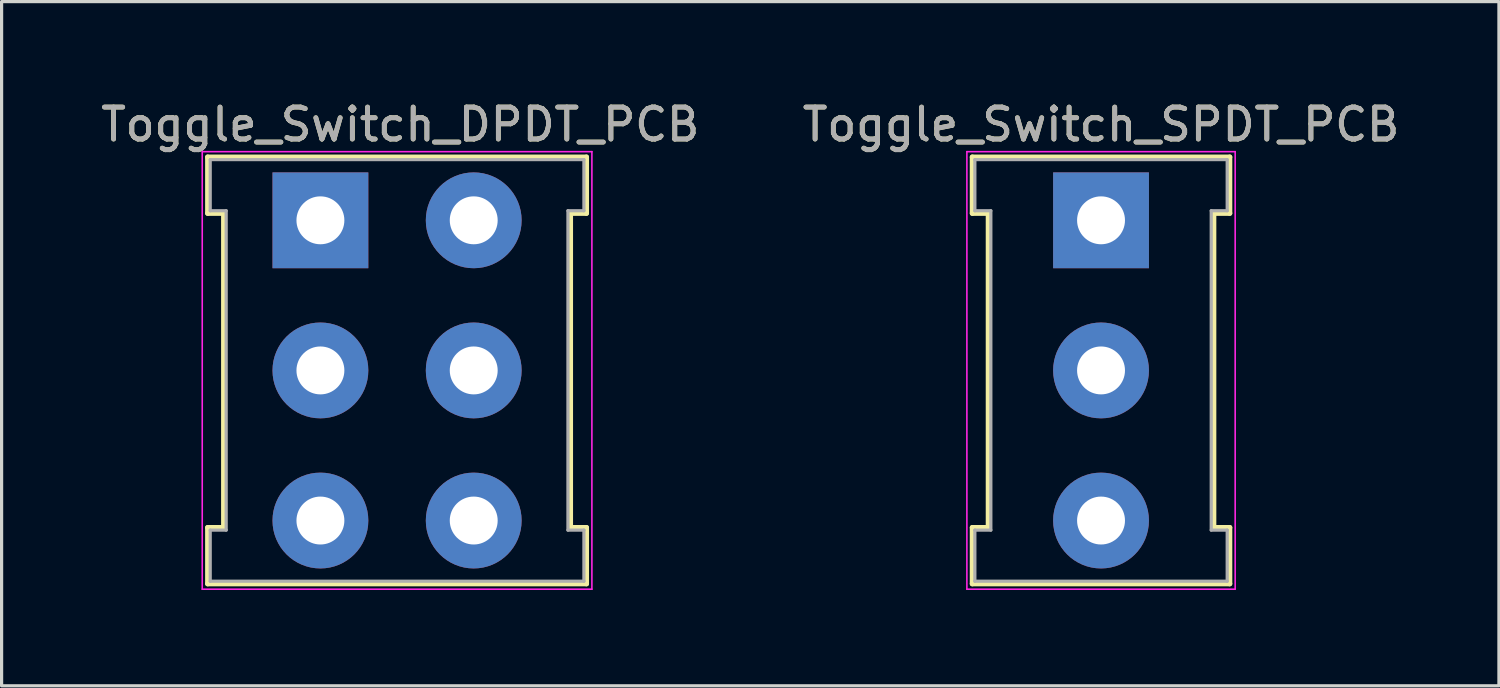
<source format=kicad_pcb>
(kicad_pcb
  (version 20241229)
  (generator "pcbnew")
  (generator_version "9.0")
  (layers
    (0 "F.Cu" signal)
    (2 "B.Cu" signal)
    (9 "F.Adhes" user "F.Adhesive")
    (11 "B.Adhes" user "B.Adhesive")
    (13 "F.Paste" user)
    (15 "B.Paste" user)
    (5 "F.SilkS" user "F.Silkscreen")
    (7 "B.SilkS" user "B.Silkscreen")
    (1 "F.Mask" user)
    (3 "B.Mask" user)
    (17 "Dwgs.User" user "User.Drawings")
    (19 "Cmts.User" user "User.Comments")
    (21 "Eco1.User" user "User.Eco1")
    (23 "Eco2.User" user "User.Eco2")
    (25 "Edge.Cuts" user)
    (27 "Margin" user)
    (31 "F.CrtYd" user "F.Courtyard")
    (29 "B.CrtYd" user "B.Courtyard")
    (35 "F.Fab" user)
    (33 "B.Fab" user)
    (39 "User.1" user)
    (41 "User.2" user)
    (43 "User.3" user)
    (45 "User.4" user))
  (footprint "Toggle_Switch_DPDT_PCB"
    (layer "F.Cu")
    (at 6.982 3.848)
    (property "Reference" "Toggle_Switch_DPDT_PCB" (at 2.5 -3 0) (layer "F.SilkS") (effects (font (size 1 1) (thickness 0.15))))
    (attr through_hole)
    (fp_line (start -3.53 -1.98) (end 8.33 -1.98) (stroke (width 0.16) (type solid)) (layer "F.SilkS"))
    (fp_line (start -3.53 -0.22) (end -3.53 -1.98) (stroke (width 0.16) (type solid)) (layer "F.SilkS"))
    (fp_line (start -3.53 9.62) (end -3.03 9.62) (stroke (width 0.16) (type solid)) (layer "F.SilkS"))
    (fp_line (start -3.53 11.38) (end -3.53 9.62) (stroke (width 0.16) (type solid)) (layer "F.SilkS"))
    (fp_line (start -3.03 -0.22) (end -3.53 -0.22) (stroke (width 0.16) (type solid)) (layer "F.SilkS"))
    (fp_line (start -3.03 9.62) (end -3.03 -0.22) (stroke (width 0.16) (type solid)) (layer "F.SilkS"))
    (fp_line (start 7.83 -0.22) (end 7.83 9.62) (stroke (width 0.16) (type solid)) (layer "F.SilkS"))
    (fp_line (start 7.83 9.62) (end 8.33 9.62) (stroke (width 0.16) (type solid)) (layer "F.SilkS"))
    (fp_line (start 8.33 -1.98) (end 8.33 -0.22) (stroke (width 0.16) (type solid)) (layer "F.SilkS"))
    (fp_line (start 8.33 -0.22) (end 7.83 -0.22) (stroke (width 0.16) (type solid)) (layer "F.SilkS"))
    (fp_line (start 8.33 9.62) (end 8.33 11.38) (stroke (width 0.16) (type solid)) (layer "F.SilkS"))
    (fp_line (start 8.33 11.38) (end -3.53 11.38) (stroke (width 0.16) (type solid)) (layer "F.SilkS"))
    (fp_line (start -3.7 -2.15) (end 8.5 -2.15) (stroke (width 0.05) (type solid)) (layer "F.CrtYd"))
    (fp_line (start -3.7 11.55) (end -3.7 -2.15) (stroke (width 0.05) (type solid)) (layer "F.CrtYd"))
    (fp_line (start 8.5 -2.15) (end 8.5 11.55) (stroke (width 0.05) (type solid)) (layer "F.CrtYd"))
    (fp_line (start 8.5 11.55) (end -3.7 11.55) (stroke (width 0.05) (type solid)) (layer "F.CrtYd"))
    (fp_line (start -3.45 -1.9) (end -3.45 -0.3) (stroke (width 0.1) (type solid)) (layer "F.Fab"))
    (fp_line (start -3.45 -1.9) (end 8.25 -1.9) (stroke (width 0.1) (type solid)) (layer "F.Fab"))
    (fp_line (start -3.45 -0.3) (end -2.95 -0.3) (stroke (width 0.1) (type solid)) (layer "F.Fab"))
    (fp_line (start -3.45 9.7) (end -3.45 11.3) (stroke (width 0.1) (type solid)) (layer "F.Fab"))
    (fp_line (start -2.95 9.7) (end -3.45 9.7) (stroke (width 0.1) (type solid)) (layer "F.Fab"))
    (fp_line (start -2.95 9.7) (end -2.95 -0.3) (stroke (width 0.1) (type solid)) (layer "F.Fab"))
    (fp_line (start 7.75 -0.3) (end 7.75 9.7) (stroke (width 0.1) (type solid)) (layer "F.Fab"))
    (fp_line (start 7.75 -0.3) (end 8.25 -0.3) (stroke (width 0.1) (type solid)) (layer "F.Fab"))
    (fp_line (start 8.25 -0.3) (end 8.25 -1.9) (stroke (width 0.1) (type solid)) (layer "F.Fab"))
    (fp_line (start 8.25 9.7) (end 7.75 9.7) (stroke (width 0.1) (type solid)) (layer "F.Fab"))
    (fp_line (start 8.25 11.3) (end -3.45 11.3) (stroke (width 0.1) (type solid)) (layer "F.Fab"))
    (fp_line (start 8.25 11.3) (end 8.25 9.7) (stroke (width 0.1) (type solid)) (layer "F.Fab"))
    (fp_text user "${REFERENCE}" (at 2.5 -3 0) (layer "F.Fab") (effects (font (size 1 1) (thickness 0.15))))
    (pad "1" thru_hole rect (at 0 0) (size 3 3) (drill 1.5) (layers "*.Cu" "*.Mask"))
    (pad "2" thru_hole circle (at 4.8 0) (size 3 3) (drill 1.5) (layers "*.Cu" "*.Mask"))
    (pad "3" thru_hole circle (at 0 4.7) (size 3 3) (drill 1.5) (layers "*.Cu" "*.Mask"))
    (pad "4" thru_hole circle (at 4.8 4.7) (size 3 3) (drill 1.5) (layers "*.Cu" "*.Mask"))
    (pad "5" thru_hole circle (at 0 9.4) (size 3 3) (drill 1.5) (layers "*.Cu" "*.Mask"))
    (pad "6" thru_hole circle (at 4.8 9.4) (size 3 3) (drill 1.5) (layers "*.Cu" "*.Mask")))
  (footprint "Toggle_Switch_SPDT_PCB"
    (layer "F.Cu")
    (at 31.423 3.848)
    (property "Reference" "Toggle_Switch_SPDT_PCB" (at 0 -3 0) (layer "F.SilkS") (effects (font (size 1 1) (thickness 0.15))))
    (attr through_hole)
    (fp_line (start -4.03 -1.98) (end 4.03 -1.98) (stroke (width 0.16) (type solid)) (layer "F.SilkS"))
    (fp_line (start -4.03 -0.22) (end -4.03 -1.98) (stroke (width 0.16) (type solid)) (layer "F.SilkS"))
    (fp_line (start -4.03 9.62) (end -3.53 9.62) (stroke (width 0.16) (type solid)) (layer "F.SilkS"))
    (fp_line (start -4.03 11.38) (end -4.03 9.62) (stroke (width 0.16) (type solid)) (layer "F.SilkS"))
    (fp_line (start -3.53 -0.22) (end -4.03 -0.22) (stroke (width 0.16) (type solid)) (layer "F.SilkS"))
    (fp_line (start -3.53 9.62) (end -3.53 -0.22) (stroke (width 0.16) (type solid)) (layer "F.SilkS"))
    (fp_line (start 3.53 -0.22) (end 3.53 9.62) (stroke (width 0.16) (type solid)) (layer "F.SilkS"))
    (fp_line (start 3.53 9.62) (end 4.03 9.62) (stroke (width 0.16) (type solid)) (layer "F.SilkS"))
    (fp_line (start 4.03 -1.98) (end 4.03 -0.22) (stroke (width 0.16) (type solid)) (layer "F.SilkS"))
    (fp_line (start 4.03 -0.22) (end 3.53 -0.22) (stroke (width 0.16) (type solid)) (layer "F.SilkS"))
    (fp_line (start 4.03 9.62) (end 4.03 11.38) (stroke (width 0.16) (type solid)) (layer "F.SilkS"))
    (fp_line (start 4.03 11.38) (end -4.03 11.38) (stroke (width 0.16) (type solid)) (layer "F.SilkS"))
    (fp_line (start -4.2 -2.15) (end 4.2 -2.15) (stroke (width 0.05) (type solid)) (layer "F.CrtYd"))
    (fp_line (start -4.2 11.55) (end -4.2 -2.15) (stroke (width 0.05) (type solid)) (layer "F.CrtYd"))
    (fp_line (start 4.2 -2.15) (end 4.2 11.55) (stroke (width 0.05) (type solid)) (layer "F.CrtYd"))
    (fp_line (start 4.2 11.55) (end -4.2 11.55) (stroke (width 0.05) (type solid)) (layer "F.CrtYd"))
    (fp_line (start -3.95 -1.9) (end -3.95 -0.3) (stroke (width 0.1) (type solid)) (layer "F.Fab"))
    (fp_line (start -3.95 -1.9) (end 3.95 -1.9) (stroke (width 0.1) (type solid)) (layer "F.Fab"))
    (fp_line (start -3.95 -0.3) (end -3.45 -0.3) (stroke (width 0.1) (type solid)) (layer "F.Fab"))
    (fp_line (start -3.95 9.7) (end -3.95 11.3) (stroke (width 0.1) (type solid)) (layer "F.Fab"))
    (fp_line (start -3.45 9.7) (end -3.95 9.7) (stroke (width 0.1) (type solid)) (layer "F.Fab"))
    (fp_line (start -3.45 9.7) (end -3.45 -0.3) (stroke (width 0.1) (type solid)) (layer "F.Fab"))
    (fp_line (start 3.45 -0.3) (end 3.45 9.7) (stroke (width 0.1) (type solid)) (layer "F.Fab"))
    (fp_line (start 3.45 -0.3) (end 3.95 -0.3) (stroke (width 0.1) (type solid)) (layer "F.Fab"))
    (fp_line (start 3.95 -0.3) (end 3.95 -1.9) (stroke (width 0.1) (type solid)) (layer "F.Fab"))
    (fp_line (start 3.95 9.7) (end 3.45 9.7) (stroke (width 0.1) (type solid)) (layer "F.Fab"))
    (fp_line (start 3.95 11.3) (end -3.95 11.3) (stroke (width 0.1) (type solid)) (layer "F.Fab"))
    (fp_line (start 3.95 11.3) (end 3.95 9.7) (stroke (width 0.1) (type solid)) (layer "F.Fab"))
    (fp_text user "${REFERENCE}" (at 0 -3 0) (layer "F.Fab") (effects (font (size 1 1) (thickness 0.15))))
    (pad "1" thru_hole rect (at 0 0) (size 3 3) (drill 1.5) (layers "*.Cu" "*.Mask"))
    (pad "2" thru_hole circle (at 0 4.7) (size 3 3) (drill 1.5) (layers "*.Cu" "*.Mask"))
    (pad "3" thru_hole circle (at 0 9.4) (size 3 3) (drill 1.5) (layers "*.Cu" "*.Mask")))
  (gr_rect
    (start -3 -3)
    (end 43.881 18.423)
    (stroke (width 0.1) (type default))
    (fill no)
    (layer "Edge.Cuts")))
</source>
